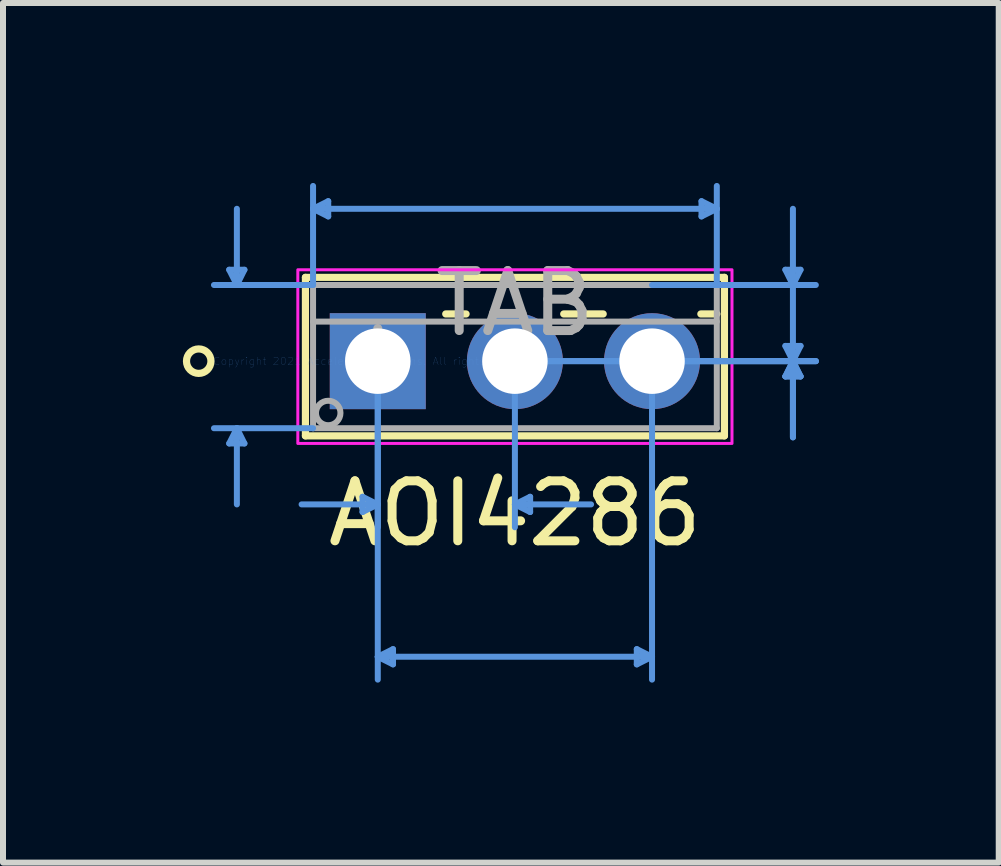
<source format=kicad_pcb>
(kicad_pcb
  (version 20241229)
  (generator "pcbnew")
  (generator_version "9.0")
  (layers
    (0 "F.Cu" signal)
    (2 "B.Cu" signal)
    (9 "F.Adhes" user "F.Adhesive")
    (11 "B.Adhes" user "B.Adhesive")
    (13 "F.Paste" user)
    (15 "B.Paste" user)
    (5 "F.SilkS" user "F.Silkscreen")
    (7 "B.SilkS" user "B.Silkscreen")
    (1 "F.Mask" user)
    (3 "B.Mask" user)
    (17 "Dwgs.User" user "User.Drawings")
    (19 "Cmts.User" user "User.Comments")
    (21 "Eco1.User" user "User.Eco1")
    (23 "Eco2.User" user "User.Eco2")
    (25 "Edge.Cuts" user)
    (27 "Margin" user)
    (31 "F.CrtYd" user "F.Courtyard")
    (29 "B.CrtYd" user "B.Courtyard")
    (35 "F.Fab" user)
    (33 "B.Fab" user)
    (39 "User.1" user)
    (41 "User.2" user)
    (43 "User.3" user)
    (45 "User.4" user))
  (footprint "AOI4286"
    (layer "F.Cu")
    (at 3.248 2.971)
    (property "Reference" "AOI4286" (at 2.286 2.54 0) (layer "F.SilkS") (effects (font (size 1 1) (thickness 0.15))))
    (attr through_hole)
    (fp_line (start -1.206 -1.397) (end -1.206 1.245) (stroke (width 0.12) (type solid)) (layer "F.SilkS"))
    (fp_line (start -1.206 1.245) (end 5.779 1.245) (stroke (width 0.12) (type solid)) (layer "F.SilkS"))
    (fp_line (start 1.133 -0.787) (end 1.472 -0.787) (stroke (width 0.12) (type solid)) (layer "F.SilkS"))
    (fp_line (start 3.1 -0.787) (end 3.758 -0.787) (stroke (width 0.12) (type solid)) (layer "F.SilkS"))
    (fp_line (start 5.386 -0.787) (end 5.652 -0.787) (stroke (width 0.12) (type solid)) (layer "F.SilkS"))
    (fp_line (start 5.779 -1.397) (end -1.206 -1.397) (stroke (width 0.12) (type solid)) (layer "F.SilkS"))
    (fp_line (start 5.779 1.245) (end 5.779 -1.397) (stroke (width 0.12) (type solid)) (layer "F.SilkS"))
    (fp_circle (center -2.985 0) (end -2.781 0) (stroke (width 0.12) (type solid)) (fill no) (layer "F.SilkS"))
    (fp_line (start -2.477 -1.524) (end -2.223 -1.524) (stroke (width 0.1) (type solid)) (layer "Cmts.User"))
    (fp_line (start -2.477 1.372) (end -2.223 1.372) (stroke (width 0.1) (type solid)) (layer "Cmts.User"))
    (fp_line (start -2.349 -1.27) (end -2.477 -1.524) (stroke (width 0.1) (type solid)) (layer "Cmts.User"))
    (fp_line (start -2.349 -1.27) (end -2.349 -2.54) (stroke (width 0.1) (type solid)) (layer "Cmts.User"))
    (fp_line (start -2.349 -1.27) (end -2.223 -1.524) (stroke (width 0.1) (type solid)) (layer "Cmts.User"))
    (fp_line (start -2.349 1.118) (end -2.477 1.372) (stroke (width 0.1) (type solid)) (layer "Cmts.User"))
    (fp_line (start -2.349 1.118) (end -2.349 2.388) (stroke (width 0.1) (type solid)) (layer "Cmts.User"))
    (fp_line (start -2.349 1.118) (end -2.223 1.372) (stroke (width 0.1) (type solid)) (layer "Cmts.User"))
    (fp_line (start -1.079 -2.54) (end -0.826 -2.667) (stroke (width 0.1) (type solid)) (layer "Cmts.User"))
    (fp_line (start -1.079 -2.54) (end -0.826 -2.413) (stroke (width 0.1) (type solid)) (layer "Cmts.User"))
    (fp_line (start -1.079 -2.54) (end 5.652 -2.54) (stroke (width 0.1) (type solid)) (layer "Cmts.User"))
    (fp_line (start -1.079 -1.27) (end -2.731 -1.27) (stroke (width 0.1) (type solid)) (layer "Cmts.User"))
    (fp_line (start -1.079 -1.27) (end -1.079 -2.921) (stroke (width 0.1) (type solid)) (layer "Cmts.User"))
    (fp_line (start -1.079 1.118) (end -2.731 1.118) (stroke (width 0.1) (type solid)) (layer "Cmts.User"))
    (fp_line (start -0.826 -2.667) (end -0.826 -2.413) (stroke (width 0.1) (type solid)) (layer "Cmts.User"))
    (fp_line (start -0.254 2.261) (end -0.254 2.515) (stroke (width 0.1) (type solid)) (layer "Cmts.User"))
    (fp_line (start 0 0) (end 0 2.769) (stroke (width 0.1) (type solid)) (layer "Cmts.User"))
    (fp_line (start 0 0) (end 0 5.309) (stroke (width 0.1) (type solid)) (layer "Cmts.User"))
    (fp_line (start 0 2.388) (end -1.27 2.388) (stroke (width 0.1) (type solid)) (layer "Cmts.User"))
    (fp_line (start 0 2.388) (end -0.254 2.261) (stroke (width 0.1) (type solid)) (layer "Cmts.User"))
    (fp_line (start 0 2.388) (end -0.254 2.515) (stroke (width 0.1) (type solid)) (layer "Cmts.User"))
    (fp_line (start 0 4.928) (end 0.254 4.801) (stroke (width 0.1) (type solid)) (layer "Cmts.User"))
    (fp_line (start 0 4.928) (end 0.254 5.055) (stroke (width 0.1) (type solid)) (layer "Cmts.User"))
    (fp_line (start 0 4.928) (end 4.572 4.928) (stroke (width 0.1) (type solid)) (layer "Cmts.User"))
    (fp_line (start 0.254 4.801) (end 0.254 5.055) (stroke (width 0.1) (type solid)) (layer "Cmts.User"))
    (fp_line (start 2.286 0) (end 2.286 2.769) (stroke (width 0.1) (type solid)) (layer "Cmts.User"))
    (fp_line (start 2.286 0) (end 7.303 0) (stroke (width 0.1) (type solid)) (layer "Cmts.User"))
    (fp_line (start 2.286 0) (end 7.303 0) (stroke (width 0.1) (type solid)) (layer "Cmts.User"))
    (fp_line (start 2.286 2.388) (end 2.54 2.261) (stroke (width 0.1) (type solid)) (layer "Cmts.User"))
    (fp_line (start 2.286 2.388) (end 2.54 2.515) (stroke (width 0.1) (type solid)) (layer "Cmts.User"))
    (fp_line (start 2.286 2.388) (end 3.556 2.388) (stroke (width 0.1) (type solid)) (layer "Cmts.User"))
    (fp_line (start 2.54 2.261) (end 2.54 2.515) (stroke (width 0.1) (type solid)) (layer "Cmts.User"))
    (fp_line (start 4.318 4.801) (end 4.318 5.055) (stroke (width 0.1) (type solid)) (layer "Cmts.User"))
    (fp_line (start 4.572 -1.27) (end 7.303 -1.27) (stroke (width 0.1) (type solid)) (layer "Cmts.User"))
    (fp_line (start 4.572 0) (end 4.572 5.309) (stroke (width 0.1) (type solid)) (layer "Cmts.User"))
    (fp_line (start 4.572 0) (end 7.303 0) (stroke (width 0.1) (type solid)) (layer "Cmts.User"))
    (fp_line (start 4.572 4.928) (end 4.318 4.801) (stroke (width 0.1) (type solid)) (layer "Cmts.User"))
    (fp_line (start 4.572 4.928) (end 4.318 5.055) (stroke (width 0.1) (type solid)) (layer "Cmts.User"))
    (fp_line (start 5.397 -2.667) (end 5.397 -2.413) (stroke (width 0.1) (type solid)) (layer "Cmts.User"))
    (fp_line (start 5.652 -2.54) (end 5.397 -2.667) (stroke (width 0.1) (type solid)) (layer "Cmts.User"))
    (fp_line (start 5.652 -2.54) (end 5.397 -2.413) (stroke (width 0.1) (type solid)) (layer "Cmts.User"))
    (fp_line (start 5.652 -1.27) (end 5.652 -2.921) (stroke (width 0.1) (type solid)) (layer "Cmts.User"))
    (fp_line (start 6.795 -1.524) (end 7.048 -1.524) (stroke (width 0.1) (type solid)) (layer "Cmts.User"))
    (fp_line (start 6.795 -0.254) (end 7.048 -0.254) (stroke (width 0.1) (type solid)) (layer "Cmts.User"))
    (fp_line (start 6.795 0.254) (end 7.048 0.254) (stroke (width 0.1) (type solid)) (layer "Cmts.User"))
    (fp_line (start 6.795 0.254) (end 7.048 0.254) (stroke (width 0.1) (type solid)) (layer "Cmts.User"))
    (fp_line (start 6.921 -1.27) (end 6.795 -1.524) (stroke (width 0.1) (type solid)) (layer "Cmts.User"))
    (fp_line (start 6.921 -1.27) (end 6.921 -2.54) (stroke (width 0.1) (type solid)) (layer "Cmts.User"))
    (fp_line (start 6.921 -1.27) (end 7.048 -1.524) (stroke (width 0.1) (type solid)) (layer "Cmts.User"))
    (fp_line (start 6.921 0) (end 6.795 -0.254) (stroke (width 0.1) (type solid)) (layer "Cmts.User"))
    (fp_line (start 6.921 0) (end 6.795 0.254) (stroke (width 0.1) (type solid)) (layer "Cmts.User"))
    (fp_line (start 6.921 0) (end 6.795 0.254) (stroke (width 0.1) (type solid)) (layer "Cmts.User"))
    (fp_line (start 6.921 0) (end 6.921 -1.27) (stroke (width 0.1) (type solid)) (layer "Cmts.User"))
    (fp_line (start 6.921 0) (end 6.921 1.27) (stroke (width 0.1) (type solid)) (layer "Cmts.User"))
    (fp_line (start 6.921 0) (end 6.921 1.27) (stroke (width 0.1) (type solid)) (layer "Cmts.User"))
    (fp_line (start 6.921 0) (end 7.048 -0.254) (stroke (width 0.1) (type solid)) (layer "Cmts.User"))
    (fp_line (start 6.921 0) (end 7.048 0.254) (stroke (width 0.1) (type solid)) (layer "Cmts.User"))
    (fp_line (start 6.921 0) (end 7.048 0.254) (stroke (width 0.1) (type solid)) (layer "Cmts.User"))
    (fp_rect (start -1.333 -1.524) (end 5.905 1.372) (stroke (width 0.05) (type solid)) (fill no) (layer "F.CrtYd"))
    (fp_line (start -1.079 -1.27) (end -1.079 1.118) (stroke (width 0.1) (type solid)) (layer "F.Fab"))
    (fp_line (start -1.079 -0.66) (end 5.652 -0.66) (stroke (width 0.1) (type solid)) (layer "F.Fab"))
    (fp_line (start -1.079 1.118) (end 5.652 1.118) (stroke (width 0.1) (type solid)) (layer "F.Fab"))
    (fp_line (start 5.652 -1.27) (end -1.079 -1.27) (stroke (width 0.1) (type solid)) (layer "F.Fab"))
    (fp_line (start 5.652 1.118) (end 5.652 -1.27) (stroke (width 0.1) (type solid)) (layer "F.Fab"))
    (fp_circle (center -0.826 0.864) (end -0.622 0.864) (stroke (width 0.1) (type solid)) (fill no) (layer "F.Fab"))
    (fp_text user "Copyright 2021 Accelerated Designs. All rights reserved." (at 0 0 0) (layer "Cmts.User") (effects (font (size 0.127 0.127) (thickness 0.002))))
    (fp_text user "*" (at 0 0 0) (layer "F.Fab") (effects (font (size 1 1) (thickness 0.15))))
    (fp_text user "TAB" (at 2.286 -0.965 0) (layer "F.Fab") (effects (font (size 1 1) (thickness 0.15))))
    (pad "1" thru_hole rect (at 0 0) (size 1.6 1.6) (drill 1.092) (layers "*.Cu" "*.Mask"))
    (pad "2" thru_hole circle (at 2.286 0) (size 1.6 1.6) (drill 1.092) (layers "*.Cu" "*.Mask"))
    (pad "3" thru_hole circle (at 4.572 0) (size 1.6 1.6) (drill 1.092) (layers "*.Cu" "*.Mask")))
  (gr_rect
    (start -3 -3)
    (end 13.6 11.33)
    (stroke (width 0.1) (type default))
    (fill no)
    (layer "Edge.Cuts")))
</source>
